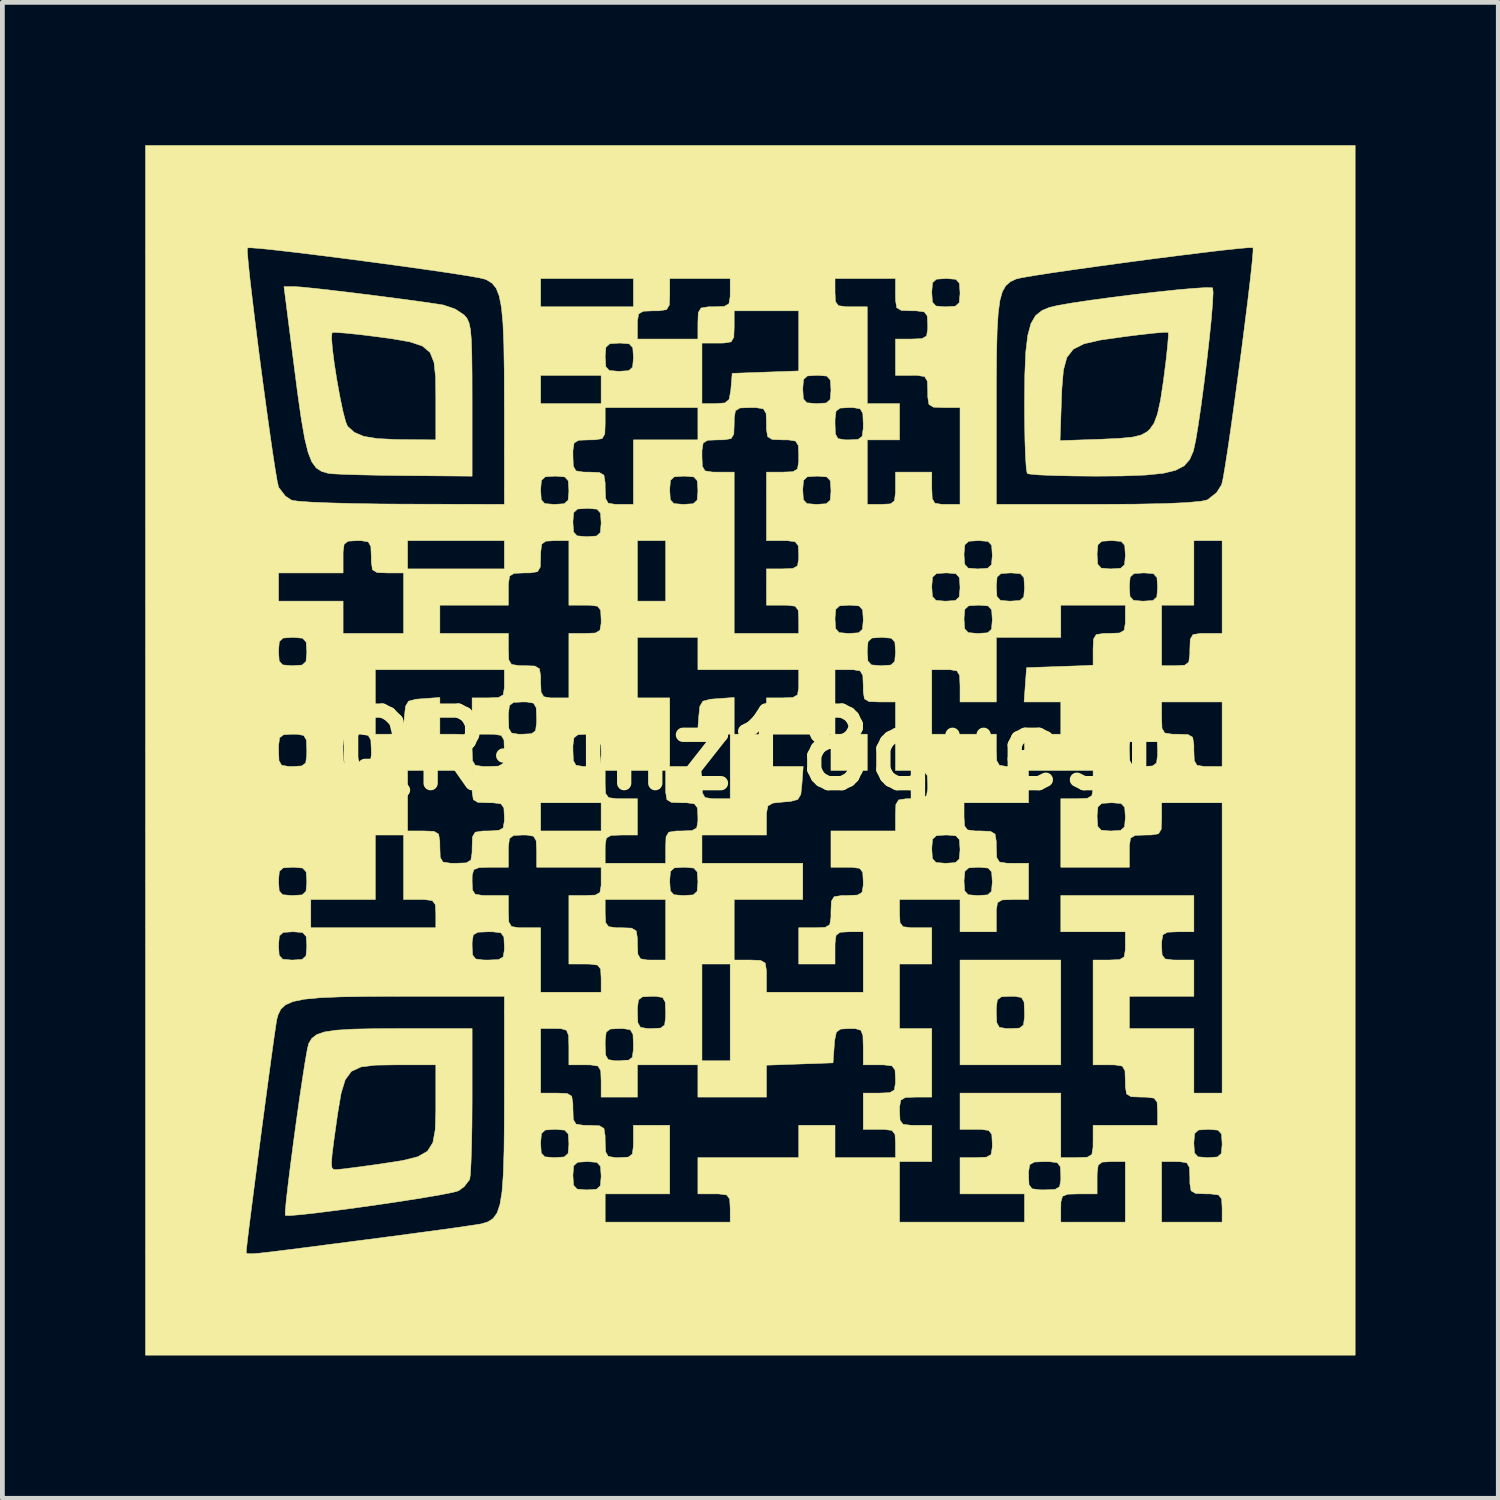
<source format=kicad_pcb>
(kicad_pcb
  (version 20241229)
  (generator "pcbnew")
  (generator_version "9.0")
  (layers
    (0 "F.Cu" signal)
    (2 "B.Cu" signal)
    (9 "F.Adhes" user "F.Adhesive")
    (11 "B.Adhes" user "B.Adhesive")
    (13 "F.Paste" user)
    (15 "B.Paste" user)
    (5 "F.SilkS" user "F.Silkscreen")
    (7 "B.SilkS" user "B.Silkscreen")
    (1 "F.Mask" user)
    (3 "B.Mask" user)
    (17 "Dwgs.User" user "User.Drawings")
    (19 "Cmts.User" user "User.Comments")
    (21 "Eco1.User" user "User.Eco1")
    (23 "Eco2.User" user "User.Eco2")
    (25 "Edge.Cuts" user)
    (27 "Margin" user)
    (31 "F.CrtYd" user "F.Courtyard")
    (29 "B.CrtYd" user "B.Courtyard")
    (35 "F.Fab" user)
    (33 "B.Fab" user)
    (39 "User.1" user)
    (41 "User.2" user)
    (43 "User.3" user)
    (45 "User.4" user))
  (footprint "QR-mz18quest"
    (layer "F.Cu")
    (at 12.705 12.705)
    (property "Reference" "QR-mz18quest" (at 0 0 0) (layer "F.SilkS") (effects (font (size 1.524 1.524) (thickness 0.3))))
    (attr through_hole)
    (fp_poly (pts (xy 6.519 6.604) (xy 4.403 6.604) (xy 4.403 5.503) (xy 5.165 5.503) (xy 5.174 5.72) (xy 5.229 5.817) (xy 5.374 5.841) (xy 5.461 5.842) (xy 5.651 5.832) (xy 5.735 5.768) (xy 5.757 5.603) (xy 5.757 5.503) (xy 5.748 5.286) (xy 5.693 5.19) (xy 5.548 5.165) (xy 5.461 5.165) (xy 5.271 5.175) (xy 5.187 5.238) (xy 5.165 5.403) (xy 5.165 5.503) (xy 4.403 5.503) (xy 4.403 4.403) (xy 6.519 4.403) (xy 6.519 6.604)) (stroke (width 0.01) (type solid)) (fill yes) (layer "F.SilkS"))
    (fp_poly (pts (xy -9.409 -9.726) (xy -9.122 -9.697) (xy -8.739 -9.653) (xy -8.294 -9.6) (xy -7.823 -9.541) (xy -7.361 -9.481) (xy -6.944 -9.425) (xy -6.608 -9.376) (xy -6.451 -9.352) (xy -6.201 -9.268) (xy -6.007 -9.139) (xy -5.949 -9.07) (xy -5.907 -8.977) (xy -5.877 -8.836) (xy -5.858 -8.621) (xy -5.848 -8.309) (xy -5.843 -7.875) (xy -5.842 -7.366) (xy -5.842 -5.757) (xy -7.26 -5.769) (xy -7.746 -5.775) (xy -8.182 -5.784) (xy -8.537 -5.795) (xy -8.778 -5.807) (xy -8.86 -5.816) (xy -9.001 -5.856) (xy -9.114 -5.929) (xy -9.207 -6.055) (xy -9.285 -6.253) (xy -9.357 -6.546) (xy -9.428 -6.952) (xy -9.505 -7.492) (xy -9.565 -7.958) (xy -9.656 -8.667) (xy -8.794 -8.667) (xy -8.776 -8.44) (xy -8.737 -8.13) (xy -8.682 -7.779) (xy -8.619 -7.429) (xy -8.555 -7.121) (xy -8.496 -6.897) (xy -8.457 -6.804) (xy -8.315 -6.676) (xy -8.119 -6.593) (xy -7.835 -6.546) (xy -7.426 -6.526) (xy -7.303 -6.525) (xy -6.604 -6.519) (xy -6.604 -7.395) (xy -6.609 -7.832) (xy -6.641 -8.143) (xy -6.724 -8.353) (xy -6.885 -8.489) (xy -7.149 -8.577) (xy -7.54 -8.645) (xy -7.839 -8.685) (xy -8.212 -8.731) (xy -8.517 -8.762) (xy -8.719 -8.775) (xy -8.783 -8.771) (xy -8.794 -8.667) (xy -9.656 -8.667) (xy -9.792 -9.737) (xy -9.563 -9.737) (xy -9.409 -9.726)) (stroke (width 0.01) (type solid)) (fill yes) (layer "F.SilkS"))
    (fp_poly (pts (xy -5.842 7.359) (xy -5.845 7.857) (xy -5.853 8.301) (xy -5.865 8.663) (xy -5.879 8.912) (xy -5.894 9.012) (xy -6.007 9.16) (xy -6.127 9.248) (xy -6.249 9.282) (xy -6.503 9.332) (xy -6.859 9.393) (xy -7.286 9.461) (xy -7.755 9.531) (xy -8.236 9.599) (xy -8.698 9.661) (xy -9.112 9.713) (xy -9.448 9.75) (xy -9.676 9.769) (xy -9.765 9.765) (xy -9.765 9.674) (xy -9.744 9.446) (xy -9.705 9.11) (xy -9.654 8.697) (xy -9.65 8.668) (xy -8.795 8.668) (xy -8.786 8.762) (xy -8.754 8.798) (xy -8.7 8.804) (xy -8.7 8.804) (xy -8.574 8.792) (xy -8.323 8.761) (xy -7.989 8.716) (xy -7.762 8.684) (xy -7.301 8.613) (xy -6.982 8.533) (xy -6.779 8.417) (xy -6.666 8.237) (xy -6.616 7.964) (xy -6.604 7.57) (xy -6.604 7.438) (xy -6.604 6.604) (xy -7.438 6.604) (xy -7.869 6.61) (xy -8.173 6.647) (xy -8.376 6.74) (xy -8.506 6.916) (xy -8.593 7.201) (xy -8.664 7.62) (xy -8.684 7.762) (xy -8.745 8.195) (xy -8.782 8.488) (xy -8.795 8.668) (xy -9.65 8.668) (xy -9.594 8.237) (xy -9.529 7.759) (xy -9.463 7.293) (xy -9.4 6.87) (xy -9.345 6.519) (xy -9.301 6.271) (xy -9.274 6.157) (xy -9.209 6.05) (xy -9.107 5.97) (xy -8.942 5.913) (xy -8.695 5.876) (xy -8.34 5.854) (xy -7.857 5.844) (xy -7.372 5.842) (xy -5.842 5.842) (xy -5.842 7.359)) (stroke (width 0.01) (type solid)) (fill yes) (layer "F.SilkS"))
    (fp_poly (pts (xy 9.702 -9.712) (xy 9.708 -9.708) (xy 9.717 -9.609) (xy 9.705 -9.374) (xy 9.677 -9.033) (xy 9.634 -8.617) (xy 9.582 -8.158) (xy 9.524 -7.687) (xy 9.464 -7.235) (xy 9.405 -6.833) (xy 9.352 -6.511) (xy 9.307 -6.302) (xy 9.3 -6.278) (xy 9.225 -6.106) (xy 9.11 -5.975) (xy 8.932 -5.881) (xy 8.669 -5.817) (xy 8.301 -5.78) (xy 7.804 -5.761) (xy 7.256 -5.757) (xy 6.788 -5.761) (xy 6.38 -5.77) (xy 6.063 -5.783) (xy 5.865 -5.801) (xy 5.814 -5.814) (xy 5.795 -5.913) (xy 5.779 -6.153) (xy 5.766 -6.502) (xy 5.766 -6.503) (xy 6.503 -6.503) (xy 7.356 -6.532) (xy 7.759 -6.551) (xy 8.032 -6.578) (xy 8.209 -6.622) (xy 8.331 -6.69) (xy 8.386 -6.74) (xy 8.476 -6.866) (xy 8.549 -7.061) (xy 8.614 -7.359) (xy 8.679 -7.791) (xy 8.684 -7.834) (xy 8.731 -8.206) (xy 8.763 -8.511) (xy 8.779 -8.713) (xy 8.777 -8.777) (xy 8.687 -8.778) (xy 8.465 -8.759) (xy 8.146 -8.723) (xy 7.834 -8.684) (xy 7.349 -8.615) (xy 7.006 -8.536) (xy 6.78 -8.422) (xy 6.645 -8.247) (xy 6.574 -7.983) (xy 6.542 -7.605) (xy 6.532 -7.356) (xy 6.503 -6.503) (xy 5.766 -6.503) (xy 5.759 -6.933) (xy 5.757 -7.256) (xy 5.763 -7.881) (xy 5.783 -8.359) (xy 5.825 -8.711) (xy 5.892 -8.961) (xy 5.99 -9.129) (xy 6.127 -9.237) (xy 6.278 -9.3) (xy 6.464 -9.343) (xy 6.767 -9.395) (xy 7.157 -9.453) (xy 7.602 -9.513) (xy 8.072 -9.572) (xy 8.536 -9.625) (xy 8.961 -9.67) (xy 9.318 -9.701) (xy 9.575 -9.717) (xy 9.702 -9.712)) (stroke (width 0.01) (type solid)) (fill yes) (layer "F.SilkS"))
    (fp_poly (pts (xy 12.7 12.7) (xy -12.7 12.7) (xy -12.7 10.541) (xy -10.585 10.541) (xy -10.579 10.56) (xy -10.546 10.57) (xy -10.468 10.57) (xy -10.328 10.56) (xy -10.108 10.536) (xy -9.79 10.497) (xy -9.355 10.442) (xy -8.786 10.368) (xy -8.167 10.288) (xy -7.553 10.208) (xy -6.983 10.132) (xy -6.483 10.065) (xy -6.078 10.008) (xy -5.792 9.966) (xy -5.65 9.943) (xy -5.512 9.901) (xy -5.402 9.831) (xy -5.318 9.715) (xy -5.257 9.533) (xy -5.214 9.268) (xy -5.189 8.932) (xy -3.725 8.932) (xy -3.712 9.131) (xy -3.638 9.212) (xy -3.452 9.229) (xy -3.429 9.229) (xy -3.23 9.216) (xy -3.149 9.142) (xy -3.133 8.955) (xy -3.133 8.932) (xy -3.146 8.734) (xy -3.22 8.652) (xy -3.406 8.636) (xy -3.429 8.636) (xy -3.628 8.649) (xy -3.709 8.723) (xy -3.725 8.91) (xy -3.725 8.932) (xy -5.189 8.932) (xy -5.187 8.901) (xy -5.172 8.413) (xy -5.17 8.255) (xy -4.403 8.255) (xy -4.39 8.454) (xy -4.316 8.535) (xy -4.129 8.551) (xy -4.106 8.551) (xy -3.908 8.538) (xy -3.826 8.464) (xy -3.81 8.278) (xy -3.81 8.255) (xy -3.823 8.056) (xy -3.897 7.975) (xy -4.084 7.959) (xy -4.106 7.959) (xy -4.305 7.972) (xy -4.386 8.046) (xy -4.403 8.232) (xy -4.403 8.255) (xy -5.17 8.255) (xy -5.166 7.787) (xy -5.165 7.286) (xy -5.165 5.842) (xy -4.403 5.842) (xy -4.403 7.197) (xy -4.064 7.197) (xy -3.847 7.205) (xy -3.751 7.262) (xy -3.726 7.417) (xy -3.725 7.535) (xy -3.717 7.752) (xy -3.66 7.848) (xy -3.505 7.873) (xy -3.387 7.874) (xy -3.17 7.882) (xy -3.074 7.939) (xy -3.049 8.094) (xy -3.048 8.213) (xy -3.039 8.43) (xy -2.984 8.526) (xy -2.839 8.551) (xy -2.752 8.551) (xy -2.562 8.541) (xy -2.478 8.478) (xy -2.456 8.313) (xy -2.455 8.213) (xy -2.455 7.874) (xy -1.693 7.874) (xy -1.693 9.313) (xy -3.048 9.313) (xy -3.048 9.906) (xy -0.423 9.906) (xy -0.423 9.61) (xy -0.434 9.42) (xy -0.497 9.336) (xy -0.662 9.314) (xy -0.762 9.313) (xy -1.101 9.313) (xy -1.101 8.551) (xy 1.016 8.551) (xy 1.016 7.874) (xy 1.778 7.874) (xy 1.778 8.551) (xy 3.048 8.551) (xy 3.048 8.255) (xy 3.038 8.065) (xy 2.974 7.981) (xy 2.809 7.959) (xy 2.709 7.959) (xy 2.371 7.959) (xy 2.371 7.197) (xy 2.709 7.197) (xy 2.926 7.188) (xy 3.023 7.132) (xy 3.047 6.988) (xy 3.048 6.9) (xy 3.038 6.711) (xy 2.974 6.626) (xy 2.809 6.605) (xy 2.709 6.604) (xy 2.371 6.604) (xy 2.371 6.223) (xy 2.364 5.989) (xy 2.321 5.878) (xy 2.207 5.844) (xy 2.079 5.842) (xy 1.896 5.853) (xy 1.807 5.916) (xy 1.772 6.08) (xy 1.762 6.202) (xy 1.736 6.562) (xy 0.339 6.611) (xy 0.339 7.281) (xy -1.101 7.281) (xy -1.101 6.604) (xy -2.371 6.604) (xy -2.371 7.281) (xy -3.133 7.281) (xy -3.133 6.943) (xy -3.141 6.726) (xy -3.198 6.63) (xy -3.353 6.605) (xy -3.471 6.604) (xy -3.81 6.604) (xy -3.81 6.223) (xy -3.811 6.181) (xy -3.048 6.181) (xy -3.039 6.398) (xy -2.984 6.494) (xy -2.839 6.519) (xy -2.752 6.519) (xy -2.562 6.509) (xy -2.478 6.446) (xy -2.456 6.281) (xy -2.455 6.181) (xy -2.464 5.964) (xy -2.52 5.867) (xy -2.664 5.843) (xy -2.752 5.842) (xy -2.941 5.852) (xy -3.026 5.916) (xy -3.047 6.081) (xy -3.048 6.181) (xy -3.811 6.181) (xy -3.816 5.989) (xy -3.859 5.878) (xy -3.974 5.844) (xy -4.106 5.842) (xy -4.403 5.842) (xy -5.165 5.842) (xy -5.165 5.503) (xy -2.371 5.503) (xy -2.362 5.72) (xy -2.306 5.817) (xy -2.162 5.841) (xy -2.074 5.842) (xy -1.885 5.832) (xy -1.8 5.768) (xy -1.779 5.603) (xy -1.778 5.503) (xy -1.787 5.286) (xy -1.842 5.19) (xy -1.987 5.165) (xy -2.074 5.165) (xy -2.264 5.175) (xy -2.348 5.238) (xy -2.37 5.403) (xy -2.371 5.503) (xy -5.165 5.503) (xy -5.165 5.165) (xy -7.286 5.165) (xy -8.014 5.167) (xy -8.592 5.176) (xy -9.037 5.194) (xy -9.368 5.226) (xy -9.603 5.275) (xy -9.76 5.344) (xy -9.859 5.436) (xy -9.917 5.555) (xy -9.943 5.65) (xy -9.964 5.781) (xy -10.003 6.05) (xy -10.056 6.431) (xy -10.119 6.897) (xy -10.189 7.42) (xy -10.263 7.976) (xy -10.336 8.536) (xy -10.406 9.075) (xy -10.469 9.565) (xy -10.522 9.981) (xy -10.56 10.295) (xy -10.581 10.481) (xy -10.583 10.517) (xy -10.585 10.541) (xy -12.7 10.541) (xy -12.7 4.106) (xy -9.906 4.106) (xy -9.893 4.305) (xy -9.819 4.386) (xy -9.632 4.403) (xy -9.61 4.403) (xy -9.411 4.39) (xy -9.33 4.316) (xy -9.313 4.129) (xy -9.313 4.106) (xy -5.842 4.106) (xy -5.832 4.296) (xy -5.768 4.38) (xy -5.603 4.402) (xy -5.503 4.403) (xy -5.286 4.394) (xy -5.19 4.338) (xy -5.165 4.194) (xy -5.165 4.106) (xy -5.175 3.917) (xy -5.238 3.832) (xy -5.403 3.811) (xy -5.503 3.81) (xy -5.72 3.819) (xy -5.817 3.874) (xy -5.841 4.019) (xy -5.842 4.106) (xy -9.313 4.106) (xy -9.326 3.908) (xy -9.4 3.826) (xy -9.587 3.81) (xy -9.61 3.81) (xy -9.808 3.823) (xy -9.89 3.897) (xy -9.906 4.084) (xy -9.906 4.106) (xy -12.7 4.106) (xy -12.7 3.133) (xy -9.229 3.133) (xy -9.229 3.725) (xy -6.604 3.725) (xy -6.604 3.429) (xy -6.614 3.239) (xy -6.678 3.155) (xy -6.843 3.133) (xy -6.943 3.133) (xy -7.281 3.133) (xy -7.281 2.752) (xy -5.842 2.752) (xy -5.834 2.934) (xy -5.779 3.02) (xy -5.631 3.046) (xy -5.461 3.048) (xy -5.08 3.048) (xy -5.08 3.387) (xy -5.072 3.603) (xy -5.015 3.7) (xy -4.86 3.725) (xy -4.741 3.725) (xy -4.403 3.725) (xy -4.403 5.08) (xy -3.133 5.08) (xy -3.133 4.784) (xy -3.143 4.594) (xy -3.206 4.51) (xy -3.371 4.488) (xy -3.471 4.487) (xy -1.016 4.487) (xy -1.016 6.519) (xy -0.423 6.519) (xy -0.423 4.487) (xy -1.016 4.487) (xy -3.471 4.487) (xy -3.81 4.487) (xy -3.81 3.133) (xy -3.048 3.133) (xy -3.048 3.429) (xy -3.038 3.619) (xy -2.974 3.703) (xy -2.809 3.725) (xy -2.709 3.725) (xy -2.493 3.733) (xy -2.396 3.791) (xy -2.371 3.945) (xy -2.371 4.064) (xy -2.362 4.281) (xy -2.306 4.377) (xy -2.162 4.402) (xy -2.074 4.403) (xy -1.778 4.403) (xy -1.778 3.133) (xy -3.048 3.133) (xy -3.81 3.133) (xy -3.81 3.048) (xy -3.471 3.048) (xy -3.254 3.039) (xy -3.158 2.984) (xy -3.133 2.839) (xy -3.133 2.752) (xy -1.693 2.752) (xy -1.68 2.95) (xy -1.606 3.032) (xy -1.42 3.048) (xy -1.397 3.048) (xy -1.198 3.035) (xy -1.117 2.961) (xy -1.101 2.774) (xy -1.101 2.752) (xy -1.114 2.553) (xy -1.188 2.472) (xy -1.374 2.455) (xy -1.397 2.455) (xy -1.596 2.468) (xy -1.677 2.542) (xy -1.693 2.729) (xy -1.693 2.752) (xy -3.133 2.752) (xy -3.133 2.455) (xy -4.487 2.455) (xy -4.487 2.117) (xy -4.496 1.9) (xy -4.552 1.803) (xy -4.696 1.779) (xy -4.784 1.778) (xy -4.973 1.788) (xy -5.058 1.852) (xy -5.079 2.017) (xy -5.08 2.117) (xy -5.08 2.455) (xy -5.461 2.455) (xy -5.695 2.462) (xy -5.806 2.505) (xy -5.84 2.62) (xy -5.842 2.752) (xy -7.281 2.752) (xy -7.281 1.778) (xy -7.874 1.778) (xy -7.874 3.133) (xy -9.229 3.133) (xy -12.7 3.133) (xy -12.7 2.752) (xy -9.906 2.752) (xy -9.893 2.95) (xy -9.819 3.032) (xy -9.632 3.048) (xy -9.61 3.048) (xy -9.411 3.035) (xy -9.33 2.961) (xy -9.313 2.774) (xy -9.313 2.752) (xy -9.326 2.553) (xy -9.4 2.472) (xy -9.587 2.455) (xy -9.61 2.455) (xy -9.808 2.468) (xy -9.89 2.542) (xy -9.906 2.729) (xy -9.906 2.752) (xy -12.7 2.752) (xy -12.7 0.423) (xy -7.197 0.423) (xy -7.197 1.693) (xy -6.858 1.693) (xy -6.641 1.701) (xy -6.545 1.759) (xy -6.52 1.913) (xy -6.519 2.032) (xy -6.511 2.249) (xy -6.454 2.345) (xy -6.299 2.37) (xy -6.181 2.371) (xy -5.964 2.363) (xy -5.868 2.305) (xy -5.843 2.151) (xy -5.842 2.032) (xy -5.834 1.815) (xy -5.777 1.719) (xy -5.622 1.694) (xy -5.503 1.693) (xy -5.286 1.684) (xy -5.19 1.629) (xy -5.165 1.484) (xy -5.165 1.397) (xy -5.175 1.207) (xy -5.238 1.123) (xy -5.403 1.101) (xy -5.503 1.101) (xy -4.403 1.101) (xy -4.403 1.693) (xy -3.133 1.693) (xy -3.133 1.101) (xy -4.403 1.101) (xy -5.503 1.101) (xy -5.72 1.093) (xy -5.816 1.035) (xy -5.841 0.881) (xy -5.842 0.762) (xy -5.842 0.423) (xy -3.048 0.423) (xy -3.048 0.72) (xy -3.038 0.909) (xy -2.974 0.994) (xy -2.809 1.015) (xy -2.709 1.016) (xy -2.371 1.016) (xy -2.371 1.778) (xy -2.709 1.778) (xy -2.926 1.787) (xy -3.023 1.842) (xy -3.047 1.987) (xy -3.048 2.074) (xy -3.048 2.371) (xy -1.778 2.371) (xy -1.778 2.032) (xy -1.77 1.815) (xy -1.713 1.719) (xy -1.558 1.694) (xy -1.439 1.693) (xy -1.222 1.684) (xy -1.126 1.629) (xy -1.101 1.484) (xy -1.101 1.397) (xy -1.111 1.207) (xy -1.174 1.123) (xy -1.339 1.101) (xy -1.439 1.101) (xy -1.656 1.093) (xy -1.752 1.035) (xy -1.777 0.881) (xy -1.778 0.762) (xy -1.778 0.423) (xy -3.048 0.423) (xy -5.842 0.423) (xy -7.197 0.423) (xy -12.7 0.423) (xy -12.7 0) (xy -9.906 0) (xy -9.897 0.217) (xy -9.842 0.313) (xy -9.697 0.338) (xy -9.61 0.339) (xy -9.42 0.328) (xy -9.336 0.265) (xy -9.314 0.1) (xy -9.313 0) (xy -8.551 0) (xy -8.542 0.217) (xy -8.487 0.313) (xy -8.342 0.338) (xy -8.255 0.339) (xy -8.065 0.328) (xy -7.981 0.265) (xy -7.959 0.1) (xy -7.959 0) (xy -7.968 -0.217) (xy -8.023 -0.313) (xy -8.168 -0.338) (xy -8.255 -0.339) (xy -8.445 -0.328) (xy -8.529 -0.265) (xy -8.551 -0.1) (xy -8.551 0) (xy -9.313 0) (xy -9.322 -0.217) (xy -9.378 -0.313) (xy -9.522 -0.338) (xy -9.61 -0.339) (xy -9.799 -0.328) (xy -9.884 -0.265) (xy -9.905 -0.1) (xy -9.906 0) (xy -12.7 0) (xy -12.7 -1.693) (xy -7.874 -1.693) (xy -7.874 -0.339) (xy -7.583 -0.339) (xy -7.399 -0.349) (xy -7.31 -0.413) (xy -7.275 -0.577) (xy -7.265 -0.699) (xy -7.24 -0.925) (xy -7.177 -1.032) (xy -7.023 -1.073) (xy -6.879 -1.084) (xy -6.519 -1.11) (xy -6.519 -0.339) (xy -6.181 -0.339) (xy -5.964 -0.331) (xy -5.868 -0.273) (xy -5.843 -0.119) (xy -5.842 0) (xy -5.834 0.217) (xy -5.777 0.313) (xy -5.622 0.338) (xy -5.503 0.339) (xy -5.287 0.331) (xy -5.19 0.273) (xy -5.165 0.119) (xy -5.165 0) (xy -3.725 0) (xy -3.716 0.217) (xy -3.661 0.313) (xy -3.516 0.338) (xy -3.429 0.339) (xy -3.239 0.328) (xy -3.155 0.265) (xy -3.133 0.1) (xy -3.133 0) (xy -3.142 -0.217) (xy -3.197 -0.313) (xy -3.342 -0.338) (xy -3.429 -0.339) (xy -3.619 -0.328) (xy -3.703 -0.265) (xy -3.725 -0.1) (xy -3.725 0) (xy -5.165 0) (xy -5.173 -0.217) (xy -5.23 -0.313) (xy -5.385 -0.338) (xy -5.503 -0.339) (xy -5.842 -0.339) (xy -5.842 -0.677) (xy -5.08 -0.677) (xy -5.071 -0.46) (xy -5.016 -0.364) (xy -4.871 -0.339) (xy -4.784 -0.339) (xy -4.594 -0.349) (xy -4.51 -0.412) (xy -4.488 -0.577) (xy -4.487 -0.677) (xy -4.496 -0.894) (xy -4.552 -0.991) (xy -4.696 -1.015) (xy -4.784 -1.016) (xy -4.973 -1.006) (xy -5.058 -0.942) (xy -5.079 -0.777) (xy -5.08 -0.677) (xy -5.842 -0.677) (xy -5.842 -1.101) (xy -5.503 -1.101) (xy -5.286 -1.11) (xy -5.19 -1.165) (xy -5.165 -1.31) (xy -5.165 -1.397) (xy -5.165 -1.693) (xy -7.874 -1.693) (xy -12.7 -1.693) (xy -12.7 -2.074) (xy -9.906 -2.074) (xy -9.893 -1.876) (xy -9.819 -1.794) (xy -9.632 -1.778) (xy -9.61 -1.778) (xy -9.411 -1.791) (xy -9.33 -1.865) (xy -9.313 -2.052) (xy -9.313 -2.074) (xy -9.326 -2.273) (xy -9.4 -2.354) (xy -9.587 -2.371) (xy -9.61 -2.371) (xy -9.808 -2.358) (xy -9.89 -2.284) (xy -9.906 -2.097) (xy -9.906 -2.074) (xy -12.7 -2.074) (xy -12.7 -3.725) (xy -9.906 -3.725) (xy -9.906 -3.133) (xy -8.551 -3.133) (xy -8.551 -2.455) (xy -7.281 -2.455) (xy -7.281 -3.048) (xy -6.519 -3.048) (xy -6.519 -2.455) (xy -5.08 -2.455) (xy -5.08 -2.117) (xy -5.072 -1.9) (xy -5.015 -1.804) (xy -4.86 -1.779) (xy -4.741 -1.778) (xy -4.525 -1.77) (xy -4.428 -1.713) (xy -4.403 -1.558) (xy -4.403 -1.439) (xy -4.394 -1.222) (xy -4.338 -1.126) (xy -4.194 -1.101) (xy -4.106 -1.101) (xy -3.81 -1.101) (xy -3.81 -2.371) (xy -2.371 -2.371) (xy -2.371 -1.101) (xy -1.693 -1.101) (xy -1.693 0.339) (xy -1.355 0.339) (xy -1.138 0.347) (xy -1.042 0.404) (xy -1.017 0.559) (xy -1.016 0.677) (xy -1.007 0.894) (xy -0.952 0.991) (xy -0.807 1.015) (xy -0.72 1.016) (xy -0.423 1.016) (xy -0.423 -0.339) (xy -1.11 -0.339) (xy -1.084 -0.699) (xy -1.06 -0.925) (xy -0.996 -1.032) (xy -0.842 -1.073) (xy -0.699 -1.084) (xy -0.339 -1.11) (xy -0.339 -0.339) (xy 0 -0.339) (xy 0.217 -0.331) (xy 0.313 -0.273) (xy 0.338 -0.119) (xy 0.339 0) (xy 0.339 0.339) (xy 1.11 0.339) (xy 1.084 0.699) (xy 1.06 0.925) (xy 0.996 1.032) (xy 0.842 1.073) (xy 0.699 1.084) (xy 0.473 1.108) (xy 0.369 1.168) (xy 0.34 1.311) (xy 0.339 1.444) (xy 0.339 1.778) (xy -1.016 1.778) (xy -1.016 2.371) (xy 1.101 2.371) (xy 1.101 3.133) (xy -0.339 3.133) (xy -0.339 4.403) (xy 0 4.403) (xy 0.217 4.411) (xy 0.313 4.468) (xy 0.338 4.623) (xy 0.339 4.741) (xy 0.339 5.08) (xy 2.371 5.08) (xy 2.371 3.81) (xy 2.074 3.81) (xy 1.885 3.82) (xy 1.8 3.884) (xy 1.779 4.049) (xy 1.778 4.149) (xy 1.778 4.487) (xy 1.016 4.487) (xy 1.016 3.725) (xy 1.355 3.725) (xy 1.571 3.717) (xy 1.668 3.66) (xy 1.693 3.505) (xy 1.693 3.387) (xy 1.701 3.17) (xy 1.724 3.133) (xy 3.133 3.133) (xy 3.133 3.429) (xy 3.143 3.619) (xy 3.206 3.703) (xy 3.371 3.725) (xy 3.471 3.725) (xy 3.81 3.725) (xy 3.81 4.487) (xy 3.133 4.487) (xy 3.133 5.842) (xy 3.81 5.842) (xy 3.81 7.281) (xy 3.471 7.281) (xy 3.254 7.29) (xy 3.158 7.346) (xy 3.133 7.49) (xy 3.133 7.578) (xy 3.143 7.767) (xy 3.206 7.852) (xy 3.371 7.873) (xy 3.471 7.874) (xy 3.81 7.874) (xy 3.81 8.636) (xy 3.133 8.636) (xy 3.133 9.906) (xy 5.757 9.906) (xy 5.757 9.61) (xy 6.519 9.61) (xy 6.519 9.906) (xy 7.874 9.906) (xy 7.874 8.636) (xy 8.636 8.636) (xy 8.636 9.906) (xy 9.906 9.906) (xy 9.906 9.61) (xy 9.896 9.42) (xy 9.832 9.336) (xy 9.667 9.314) (xy 9.567 9.313) (xy 9.351 9.305) (xy 9.254 9.248) (xy 9.229 9.093) (xy 9.229 8.975) (xy 9.22 8.758) (xy 9.164 8.661) (xy 9.02 8.637) (xy 8.932 8.636) (xy 8.636 8.636) (xy 7.874 8.636) (xy 7.578 8.636) (xy 7.388 8.646) (xy 7.304 8.71) (xy 7.282 8.875) (xy 7.281 8.975) (xy 7.281 9.313) (xy 6.9 9.313) (xy 6.666 9.32) (xy 6.555 9.363) (xy 6.522 9.478) (xy 6.519 9.61) (xy 5.757 9.61) (xy 5.757 9.313) (xy 4.403 9.313) (xy 4.403 8.932) (xy 5.842 8.932) (xy 5.852 9.122) (xy 5.916 9.206) (xy 6.081 9.228) (xy 6.181 9.229) (xy 6.398 9.22) (xy 6.494 9.164) (xy 6.519 9.02) (xy 6.519 8.932) (xy 6.509 8.743) (xy 6.446 8.658) (xy 6.281 8.637) (xy 6.181 8.636) (xy 5.964 8.645) (xy 5.867 8.7) (xy 5.843 8.845) (xy 5.842 8.932) (xy 4.403 8.932) (xy 4.403 8.551) (xy 4.741 8.551) (xy 4.958 8.542) (xy 5.055 8.487) (xy 5.079 8.342) (xy 5.08 8.255) (xy 5.07 8.065) (xy 5.006 7.981) (xy 4.841 7.959) (xy 4.741 7.959) (xy 4.403 7.959) (xy 4.403 7.197) (xy 6.519 7.197) (xy 6.519 8.551) (xy 6.858 8.551) (xy 7.075 8.543) (xy 7.171 8.486) (xy 7.196 8.331) (xy 7.196 8.255) (xy 9.313 8.255) (xy 9.326 8.454) (xy 9.4 8.535) (xy 9.587 8.551) (xy 9.61 8.551) (xy 9.808 8.538) (xy 9.89 8.464) (xy 9.906 8.278) (xy 9.906 8.255) (xy 9.893 8.056) (xy 9.819 7.975) (xy 9.632 7.959) (xy 9.61 7.959) (xy 9.411 7.972) (xy 9.33 8.046) (xy 9.313 8.232) (xy 9.313 8.255) (xy 7.196 8.255) (xy 7.197 8.213) (xy 7.197 7.874) (xy 8.551 7.874) (xy 8.551 7.578) (xy 8.541 7.388) (xy 8.478 7.304) (xy 8.313 7.282) (xy 8.213 7.281) (xy 7.996 7.273) (xy 7.9 7.216) (xy 7.875 7.061) (xy 7.874 6.943) (xy 7.866 6.726) (xy 7.809 6.63) (xy 7.654 6.605) (xy 7.535 6.604) (xy 7.197 6.604) (xy 7.197 4.403) (xy 7.535 4.403) (xy 7.752 4.394) (xy 7.849 4.338) (xy 7.873 4.194) (xy 7.874 4.106) (xy 7.874 3.81) (xy 6.519 3.81) (xy 6.519 3.048) (xy 9.313 3.048) (xy 9.313 3.81) (xy 8.975 3.81) (xy 8.758 3.819) (xy 8.661 3.874) (xy 8.637 4.019) (xy 8.636 4.106) (xy 8.646 4.296) (xy 8.71 4.38) (xy 8.875 4.402) (xy 8.975 4.403) (xy 9.313 4.403) (xy 9.313 5.165) (xy 7.959 5.165) (xy 7.959 5.842) (xy 9.313 5.842) (xy 9.313 7.197) (xy 9.906 7.197) (xy 9.906 1.101) (xy 8.636 1.101) (xy 8.636 1.439) (xy 8.628 1.656) (xy 8.571 1.752) (xy 8.416 1.777) (xy 8.297 1.778) (xy 8.081 1.786) (xy 7.984 1.843) (xy 7.959 1.998) (xy 7.959 2.117) (xy 7.959 2.455) (xy 6.519 2.455) (xy 6.519 1.397) (xy 7.281 1.397) (xy 7.294 1.596) (xy 7.368 1.677) (xy 7.555 1.693) (xy 7.578 1.693) (xy 7.776 1.68) (xy 7.858 1.606) (xy 7.874 1.42) (xy 7.874 1.397) (xy 7.861 1.198) (xy 7.787 1.117) (xy 7.6 1.101) (xy 7.578 1.101) (xy 7.379 1.114) (xy 7.298 1.188) (xy 7.281 1.374) (xy 7.281 1.397) (xy 6.519 1.397) (xy 6.519 1.016) (xy 6.858 1.016) (xy 7.075 1.007) (xy 7.171 0.952) (xy 7.196 0.807) (xy 7.197 0.72) (xy 7.197 0.423) (xy 5.842 0.423) (xy 5.842 1.101) (xy 4.487 1.101) (xy 4.487 1.397) (xy 4.498 1.587) (xy 4.561 1.671) (xy 4.726 1.693) (xy 4.826 1.693) (xy 5.043 1.701) (xy 5.139 1.759) (xy 5.164 1.913) (xy 5.165 2.032) (xy 5.173 2.249) (xy 5.23 2.345) (xy 5.385 2.37) (xy 5.503 2.371) (xy 5.842 2.371) (xy 5.842 3.133) (xy 5.503 3.133) (xy 5.287 3.141) (xy 5.19 3.198) (xy 5.165 3.353) (xy 5.165 3.471) (xy 5.165 3.81) (xy 4.403 3.81) (xy 4.403 3.133) (xy 3.133 3.133) (xy 1.724 3.133) (xy 1.759 3.074) (xy 1.913 3.049) (xy 2.032 3.048) (xy 2.249 3.039) (xy 2.345 2.984) (xy 2.37 2.839) (xy 2.371 2.752) (xy 4.487 2.752) (xy 4.5 2.95) (xy 4.574 3.032) (xy 4.761 3.048) (xy 4.784 3.048) (xy 4.982 3.035) (xy 5.064 2.961) (xy 5.08 2.774) (xy 5.08 2.752) (xy 5.067 2.553) (xy 4.993 2.472) (xy 4.806 2.455) (xy 4.784 2.455) (xy 4.585 2.468) (xy 4.504 2.542) (xy 4.487 2.729) (xy 4.487 2.752) (xy 2.371 2.752) (xy 2.36 2.562) (xy 2.297 2.478) (xy 2.132 2.456) (xy 2.032 2.455) (xy 1.693 2.455) (xy 1.693 2.074) (xy 3.81 2.074) (xy 3.823 2.273) (xy 3.897 2.354) (xy 4.084 2.371) (xy 4.106 2.371) (xy 4.305 2.358) (xy 4.386 2.284) (xy 4.403 2.097) (xy 4.403 2.074) (xy 4.39 1.876) (xy 4.316 1.794) (xy 4.129 1.778) (xy 4.106 1.778) (xy 3.908 1.791) (xy 3.826 1.865) (xy 3.81 2.052) (xy 3.81 2.074) (xy 1.693 2.074) (xy 1.693 1.693) (xy 3.048 1.693) (xy 3.048 1.355) (xy 3.056 1.138) (xy 3.113 1.042) (xy 3.268 1.017) (xy 3.387 1.016) (xy 3.604 1.007) (xy 3.7 0.952) (xy 3.725 0.807) (xy 3.725 0.72) (xy 3.715 0.53) (xy 3.652 0.446) (xy 3.487 0.424) (xy 3.387 0.423) (xy 3.048 0.423) (xy 3.048 -1.016) (xy 2.709 -1.016) (xy 2.493 -1.024) (xy 2.396 -1.081) (xy 2.371 -1.236) (xy 2.371 -1.355) (xy 2.362 -1.572) (xy 2.306 -1.668) (xy 2.162 -1.693) (xy 2.074 -1.693) (xy 3.81 -1.693) (xy 3.81 -0.339) (xy 5.165 -0.339) (xy 5.165 0) (xy 5.174 0.217) (xy 5.229 0.313) (xy 5.374 0.338) (xy 5.461 0.339) (xy 5.651 0.328) (xy 5.735 0.265) (xy 5.757 0.1) (xy 5.757 0) (xy 7.959 0) (xy 7.968 0.217) (xy 8.023 0.313) (xy 8.168 0.338) (xy 8.255 0.339) (xy 8.445 0.328) (xy 8.529 0.265) (xy 8.551 0.1) (xy 8.551 0) (xy 8.542 -0.217) (xy 8.487 -0.313) (xy 8.342 -0.338) (xy 8.255 -0.339) (xy 8.065 -0.328) (xy 7.981 -0.265) (xy 7.959 -0.1) (xy 7.959 0) (xy 5.757 0) (xy 5.757 -0.339) (xy 6.519 -0.339) (xy 6.519 -1.016) (xy 8.636 -1.016) (xy 8.636 -0.677) (xy 8.644 -0.461) (xy 8.701 -0.364) (xy 8.856 -0.339) (xy 8.975 -0.339) (xy 9.191 -0.331) (xy 9.288 -0.273) (xy 9.313 -0.119) (xy 9.313 0) (xy 9.322 0.217) (xy 9.378 0.313) (xy 9.522 0.338) (xy 9.61 0.339) (xy 9.906 0.339) (xy 9.906 -1.016) (xy 8.636 -1.016) (xy 6.519 -1.016) (xy 5.748 -1.016) (xy 5.774 -1.376) (xy 5.8 -1.736) (xy 7.197 -1.785) (xy 7.197 -2.12) (xy 7.205 -2.335) (xy 7.262 -2.43) (xy 7.418 -2.455) (xy 7.535 -2.455) (xy 7.752 -2.464) (xy 7.849 -2.52) (xy 7.873 -2.664) (xy 7.874 -2.752) (xy 7.874 -3.048) (xy 8.636 -3.048) (xy 8.636 -1.778) (xy 8.932 -1.778) (xy 9.122 -1.788) (xy 9.206 -1.852) (xy 9.228 -2.017) (xy 9.229 -2.117) (xy 9.237 -2.333) (xy 9.294 -2.43) (xy 9.449 -2.455) (xy 9.567 -2.455) (xy 9.906 -2.455) (xy 9.906 -4.403) (xy 9.313 -4.403) (xy 9.313 -3.048) (xy 8.636 -3.048) (xy 7.874 -3.048) (xy 6.519 -3.048) (xy 6.519 -2.371) (xy 5.165 -2.371) (xy 5.165 -1.016) (xy 4.403 -1.016) (xy 4.403 -1.355) (xy 4.394 -1.572) (xy 4.338 -1.668) (xy 4.194 -1.693) (xy 4.106 -1.693) (xy 3.81 -1.693) (xy 2.074 -1.693) (xy 1.778 -1.693) (xy 1.778 -0.339) (xy 2.455 -0.339) (xy 2.455 0.423) (xy 1.693 0.423) (xy 1.693 -0.339) (xy 0.339 -0.339) (xy 0.339 -1.101) (xy 0.677 -1.101) (xy 0.894 -1.11) (xy 0.991 -1.165) (xy 1.015 -1.31) (xy 1.016 -1.397) (xy 1.016 -1.693) (xy -1.101 -1.693) (xy -1.101 -2.074) (xy 2.455 -2.074) (xy 2.468 -1.876) (xy 2.542 -1.794) (xy 2.729 -1.778) (xy 2.752 -1.778) (xy 2.95 -1.791) (xy 3.032 -1.865) (xy 3.048 -2.052) (xy 3.048 -2.074) (xy 3.035 -2.273) (xy 2.961 -2.354) (xy 2.774 -2.371) (xy 2.752 -2.371) (xy 2.553 -2.358) (xy 2.472 -2.284) (xy 2.455 -2.097) (xy 2.455 -2.074) (xy -1.101 -2.074) (xy -1.101 -2.371) (xy -2.371 -2.371) (xy -3.81 -2.371) (xy -3.81 -2.455) (xy -3.471 -2.455) (xy -3.254 -2.464) (xy -3.158 -2.52) (xy -3.133 -2.664) (xy -3.133 -2.752) (xy -3.143 -2.941) (xy -3.206 -3.026) (xy -3.371 -3.047) (xy -3.471 -3.048) (xy -3.81 -3.048) (xy -3.81 -4.403) (xy -2.371 -4.403) (xy -2.371 -3.133) (xy -1.778 -3.133) (xy -1.778 -4.403) (xy -2.371 -4.403) (xy -3.81 -4.403) (xy -4.106 -4.403) (xy -4.296 -4.392) (xy -4.38 -4.329) (xy -4.402 -4.164) (xy -4.403 -4.064) (xy -4.411 -3.847) (xy -4.468 -3.751) (xy -4.623 -3.726) (xy -4.741 -3.725) (xy -4.958 -3.717) (xy -5.054 -3.66) (xy -5.079 -3.505) (xy -5.08 -3.387) (xy -5.08 -3.048) (xy -6.519 -3.048) (xy -7.281 -3.048) (xy -7.281 -3.725) (xy -7.62 -3.725) (xy -7.837 -3.733) (xy -7.933 -3.791) (xy -7.958 -3.945) (xy -7.959 -4.064) (xy -7.968 -4.281) (xy -8.023 -4.377) (xy -8.168 -4.402) (xy -8.255 -4.403) (xy -7.197 -4.403) (xy -7.197 -3.81) (xy -5.165 -3.81) (xy -5.165 -4.403) (xy -7.197 -4.403) (xy -8.255 -4.403) (xy -8.445 -4.392) (xy -8.529 -4.329) (xy -8.551 -4.164) (xy -8.551 -4.064) (xy -8.551 -3.725) (xy -9.906 -3.725) (xy -12.7 -3.725) (xy -12.7 -4.784) (xy -3.725 -4.784) (xy -3.712 -4.585) (xy -3.638 -4.504) (xy -3.452 -4.487) (xy -3.429 -4.487) (xy -3.23 -4.5) (xy -3.149 -4.574) (xy -3.133 -4.761) (xy -3.133 -4.784) (xy -3.146 -4.982) (xy -3.22 -5.064) (xy -3.406 -5.08) (xy -3.429 -5.08) (xy -3.628 -5.067) (xy -3.709 -4.993) (xy -3.725 -4.806) (xy -3.725 -4.784) (xy -12.7 -4.784) (xy -12.7 -10.458) (xy -10.561 -10.458) (xy -10.541 -10.224) (xy -10.504 -9.873) (xy -10.452 -9.431) (xy -10.39 -8.923) (xy -10.321 -8.373) (xy -10.247 -7.809) (xy -10.172 -7.255) (xy -10.1 -6.736) (xy -10.034 -6.277) (xy -9.977 -5.905) (xy -9.933 -5.645) (xy -9.904 -5.522) (xy -9.763 -5.338) (xy -9.632 -5.252) (xy -9.497 -5.231) (xy -9.217 -5.211) (xy -8.82 -5.195) (xy -8.329 -5.182) (xy -7.77 -5.173) (xy -7.303 -5.17) (xy -5.165 -5.165) (xy -5.165 -5.461) (xy -4.403 -5.461) (xy -4.39 -5.262) (xy -4.316 -5.181) (xy -4.129 -5.165) (xy -4.106 -5.165) (xy -3.908 -5.178) (xy -3.826 -5.252) (xy -3.81 -5.438) (xy -3.81 -5.461) (xy -3.823 -5.66) (xy -3.897 -5.741) (xy -4.084 -5.757) (xy -4.106 -5.757) (xy -4.305 -5.744) (xy -4.386 -5.67) (xy -4.403 -5.484) (xy -4.403 -5.461) (xy -5.165 -5.461) (xy -5.165 -6.181) (xy -3.725 -6.181) (xy -3.717 -5.964) (xy -3.66 -5.868) (xy -3.505 -5.843) (xy -3.387 -5.842) (xy -3.17 -5.834) (xy -3.074 -5.777) (xy -3.049 -5.622) (xy -3.048 -5.503) (xy -3.039 -5.286) (xy -2.984 -5.19) (xy -2.839 -5.165) (xy -2.752 -5.165) (xy -2.455 -5.165) (xy -2.455 -5.461) (xy -1.693 -5.461) (xy -1.68 -5.262) (xy -1.606 -5.181) (xy -1.42 -5.165) (xy -1.397 -5.165) (xy -1.198 -5.178) (xy -1.117 -5.252) (xy -1.101 -5.438) (xy -1.101 -5.461) (xy -1.114 -5.66) (xy -1.188 -5.741) (xy -1.374 -5.757) (xy -1.397 -5.757) (xy -1.596 -5.744) (xy -1.677 -5.67) (xy -1.693 -5.484) (xy -1.693 -5.461) (xy -2.455 -5.461) (xy -2.455 -6.181) (xy -1.016 -6.181) (xy -1.008 -5.964) (xy -0.951 -5.868) (xy -0.796 -5.843) (xy -0.677 -5.842) (xy -0.339 -5.842) (xy -0.339 -2.455) (xy 1.016 -2.455) (xy 1.016 -2.752) (xy 1.778 -2.752) (xy 1.791 -2.553) (xy 1.865 -2.472) (xy 2.052 -2.455) (xy 2.074 -2.455) (xy 2.273 -2.468) (xy 2.354 -2.542) (xy 2.371 -2.729) (xy 2.371 -2.752) (xy 4.487 -2.752) (xy 4.5 -2.553) (xy 4.574 -2.472) (xy 4.761 -2.455) (xy 4.784 -2.455) (xy 4.982 -2.468) (xy 5.064 -2.542) (xy 5.08 -2.729) (xy 5.08 -2.752) (xy 5.067 -2.95) (xy 4.993 -3.032) (xy 4.806 -3.048) (xy 4.784 -3.048) (xy 4.585 -3.035) (xy 4.504 -2.961) (xy 4.487 -2.774) (xy 4.487 -2.752) (xy 2.371 -2.752) (xy 2.358 -2.95) (xy 2.284 -3.032) (xy 2.097 -3.048) (xy 2.074 -3.048) (xy 1.876 -3.035) (xy 1.794 -2.961) (xy 1.778 -2.774) (xy 1.778 -2.752) (xy 1.016 -2.752) (xy 1.006 -2.941) (xy 0.942 -3.026) (xy 0.777 -3.047) (xy 0.677 -3.048) (xy 0.339 -3.048) (xy 0.339 -3.429) (xy 3.81 -3.429) (xy 3.823 -3.23) (xy 3.897 -3.149) (xy 4.084 -3.133) (xy 4.106 -3.133) (xy 4.305 -3.146) (xy 4.386 -3.22) (xy 4.403 -3.406) (xy 4.403 -3.429) (xy 5.165 -3.429) (xy 5.178 -3.23) (xy 5.252 -3.149) (xy 5.438 -3.133) (xy 5.461 -3.133) (xy 5.66 -3.146) (xy 5.741 -3.22) (xy 5.757 -3.406) (xy 5.757 -3.429) (xy 7.959 -3.429) (xy 7.972 -3.23) (xy 8.046 -3.149) (xy 8.232 -3.133) (xy 8.255 -3.133) (xy 8.454 -3.146) (xy 8.535 -3.22) (xy 8.551 -3.406) (xy 8.551 -3.429) (xy 8.538 -3.628) (xy 8.464 -3.709) (xy 8.278 -3.725) (xy 8.255 -3.725) (xy 8.056 -3.712) (xy 7.975 -3.638) (xy 7.959 -3.452) (xy 7.959 -3.429) (xy 5.757 -3.429) (xy 5.744 -3.628) (xy 5.67 -3.709) (xy 5.484 -3.725) (xy 5.461 -3.725) (xy 5.262 -3.712) (xy 5.181 -3.638) (xy 5.165 -3.452) (xy 5.165 -3.429) (xy 4.403 -3.429) (xy 4.39 -3.628) (xy 4.316 -3.709) (xy 4.129 -3.725) (xy 4.106 -3.725) (xy 3.908 -3.712) (xy 3.826 -3.638) (xy 3.81 -3.452) (xy 3.81 -3.429) (xy 0.339 -3.429) (xy 0.339 -3.81) (xy 0.677 -3.81) (xy 0.894 -3.819) (xy 0.991 -3.874) (xy 1.015 -4.019) (xy 1.016 -4.106) (xy 4.487 -4.106) (xy 4.5 -3.908) (xy 4.574 -3.826) (xy 4.761 -3.81) (xy 4.784 -3.81) (xy 4.982 -3.823) (xy 5.064 -3.897) (xy 5.08 -4.084) (xy 5.08 -4.106) (xy 7.281 -4.106) (xy 7.294 -3.908) (xy 7.368 -3.826) (xy 7.555 -3.81) (xy 7.578 -3.81) (xy 7.776 -3.823) (xy 7.858 -3.897) (xy 7.874 -4.084) (xy 7.874 -4.106) (xy 7.861 -4.305) (xy 7.787 -4.386) (xy 7.6 -4.403) (xy 7.578 -4.403) (xy 7.379 -4.39) (xy 7.298 -4.316) (xy 7.281 -4.129) (xy 7.281 -4.106) (xy 5.08 -4.106) (xy 5.067 -4.305) (xy 4.993 -4.386) (xy 4.806 -4.403) (xy 4.784 -4.403) (xy 4.585 -4.39) (xy 4.504 -4.316) (xy 4.487 -4.129) (xy 4.487 -4.106) (xy 1.016 -4.106) (xy 1.006 -4.296) (xy 0.942 -4.38) (xy 0.777 -4.402) (xy 0.677 -4.403) (xy 0.339 -4.403) (xy 0.339 -5.461) (xy 1.101 -5.461) (xy 1.114 -5.262) (xy 1.188 -5.181) (xy 1.374 -5.165) (xy 1.397 -5.165) (xy 1.596 -5.178) (xy 1.677 -5.252) (xy 1.693 -5.438) (xy 1.693 -5.461) (xy 1.68 -5.66) (xy 1.606 -5.741) (xy 1.42 -5.757) (xy 1.397 -5.757) (xy 1.198 -5.744) (xy 1.117 -5.67) (xy 1.101 -5.484) (xy 1.101 -5.461) (xy 0.339 -5.461) (xy 0.339 -5.842) (xy 0.677 -5.842) (xy 0.894 -5.85) (xy 0.99 -5.907) (xy 1.015 -6.062) (xy 1.016 -6.181) (xy 1.008 -6.397) (xy 0.951 -6.494) (xy 0.796 -6.519) (xy 0.677 -6.519) (xy 0.461 -6.527) (xy 0.364 -6.585) (xy 0.339 -6.739) (xy 0.339 -6.858) (xy 1.778 -6.858) (xy 1.787 -6.641) (xy 1.842 -6.545) (xy 1.987 -6.52) (xy 2.074 -6.519) (xy 2.264 -6.53) (xy 2.348 -6.593) (xy 2.37 -6.758) (xy 2.371 -6.858) (xy 2.362 -7.075) (xy 2.306 -7.171) (xy 2.162 -7.196) (xy 2.074 -7.197) (xy 1.885 -7.186) (xy 1.8 -7.123) (xy 1.779 -6.958) (xy 1.778 -6.858) (xy 0.339 -6.858) (xy 0.331 -7.075) (xy 0.273 -7.171) (xy 0.119 -7.196) (xy 0 -7.197) (xy -0.217 -7.189) (xy -0.313 -7.131) (xy -0.338 -6.977) (xy -0.339 -6.858) (xy -0.347 -6.641) (xy -0.404 -6.545) (xy -0.559 -6.52) (xy -0.677 -6.519) (xy -0.894 -6.511) (xy -0.99 -6.454) (xy -1.015 -6.299) (xy -1.016 -6.181) (xy -2.455 -6.181) (xy -2.455 -6.519) (xy -1.101 -6.519) (xy -1.101 -7.197) (xy -3.048 -7.197) (xy -3.048 -6.858) (xy -3.056 -6.641) (xy -3.113 -6.545) (xy -3.268 -6.52) (xy -3.387 -6.519) (xy -3.603 -6.511) (xy -3.7 -6.454) (xy -3.725 -6.299) (xy -3.725 -6.181) (xy -5.165 -6.181) (xy -5.165 -7.226) (xy -5.167 -7.874) (xy -4.403 -7.874) (xy -4.403 -7.281) (xy -3.133 -7.281) (xy -3.133 -7.874) (xy -4.403 -7.874) (xy -5.167 -7.874) (xy -5.167 -7.953) (xy -5.172 -8.255) (xy -3.048 -8.255) (xy -3.035 -8.056) (xy -2.961 -7.975) (xy -2.774 -7.959) (xy -2.752 -7.959) (xy -2.553 -7.972) (xy -2.472 -8.046) (xy -2.455 -8.232) (xy -2.455 -8.255) (xy -2.468 -8.454) (xy -2.542 -8.535) (xy -2.729 -8.551) (xy -2.752 -8.551) (xy -1.016 -8.551) (xy -1.016 -7.281) (xy -0.725 -7.281) (xy -0.533 -7.295) (xy -0.445 -7.369) (xy -0.411 -7.554) (xy -0.409 -7.578) (xy 1.101 -7.578) (xy 1.114 -7.379) (xy 1.188 -7.298) (xy 1.374 -7.281) (xy 1.397 -7.281) (xy 1.596 -7.294) (xy 1.677 -7.368) (xy 1.693 -7.555) (xy 1.693 -7.578) (xy 1.68 -7.776) (xy 1.606 -7.858) (xy 1.42 -7.874) (xy 1.397 -7.874) (xy 1.198 -7.861) (xy 1.117 -7.787) (xy 1.101 -7.6) (xy 1.101 -7.578) (xy -0.409 -7.578) (xy -0.407 -7.599) (xy -0.381 -7.916) (xy 0.318 -7.941) (xy 1.016 -7.966) (xy 1.016 -9.229) (xy -0.339 -9.229) (xy -0.339 -8.89) (xy -0.347 -8.673) (xy -0.404 -8.577) (xy -0.559 -8.552) (xy -0.677 -8.551) (xy -1.016 -8.551) (xy -2.752 -8.551) (xy -2.95 -8.538) (xy -3.032 -8.464) (xy -3.048 -8.278) (xy -3.048 -8.255) (xy -5.172 -8.255) (xy -5.176 -8.528) (xy -5.193 -8.932) (xy -2.371 -8.932) (xy -2.371 -8.636) (xy -1.101 -8.636) (xy -1.101 -8.975) (xy -1.093 -9.191) (xy -1.035 -9.288) (xy -0.881 -9.313) (xy -0.762 -9.313) (xy -0.545 -9.322) (xy -0.449 -9.378) (xy -0.424 -9.522) (xy -0.423 -9.61) (xy -0.423 -9.906) (xy 1.778 -9.906) (xy 1.778 -9.61) (xy 1.788 -9.42) (xy 1.852 -9.336) (xy 2.017 -9.314) (xy 2.117 -9.313) (xy 2.455 -9.313) (xy 2.455 -7.281) (xy 3.133 -7.281) (xy 3.133 -6.519) (xy 2.455 -6.519) (xy 2.455 -5.165) (xy 2.752 -5.165) (xy 2.941 -5.175) (xy 3.026 -5.238) (xy 3.047 -5.403) (xy 3.048 -5.503) (xy 3.048 -5.842) (xy 3.81 -5.842) (xy 3.81 -5.503) (xy 3.819 -5.286) (xy 3.874 -5.19) (xy 4.019 -5.165) (xy 4.106 -5.165) (xy 4.403 -5.165) (xy 4.403 -7.197) (xy 4.064 -7.197) (xy 3.847 -7.205) (xy 3.751 -7.262) (xy 3.748 -7.277) (xy 5.165 -7.277) (xy 5.165 -5.165) (xy 7.277 -5.165) (xy 8.064 -5.169) (xy 8.694 -5.181) (xy 9.165 -5.202) (xy 9.472 -5.231) (xy 9.6 -5.26) (xy 9.791 -5.412) (xy 9.896 -5.578) (xy 9.926 -5.706) (xy 9.971 -5.97) (xy 10.029 -6.345) (xy 10.096 -6.804) (xy 10.168 -7.323) (xy 10.243 -7.876) (xy 10.318 -8.437) (xy 10.387 -8.982) (xy 10.45 -9.483) (xy 10.501 -9.917) (xy 10.537 -10.257) (xy 10.556 -10.479) (xy 10.555 -10.555) (xy 10.464 -10.555) (xy 10.23 -10.535) (xy 9.88 -10.497) (xy 9.439 -10.444) (xy 8.932 -10.381) (xy 8.385 -10.311) (xy 7.824 -10.236) (xy 7.273 -10.161) (xy 6.759 -10.089) (xy 6.306 -10.023) (xy 5.941 -9.966) (xy 5.688 -9.922) (xy 5.578 -9.896) (xy 5.458 -9.839) (xy 5.364 -9.757) (xy 5.292 -9.632) (xy 5.24 -9.445) (xy 5.204 -9.175) (xy 5.182 -8.805) (xy 5.17 -8.314) (xy 5.165 -7.684) (xy 5.165 -7.277) (xy 3.748 -7.277) (xy 3.726 -7.417) (xy 3.725 -7.535) (xy 3.717 -7.752) (xy 3.66 -7.848) (xy 3.505 -7.873) (xy 3.387 -7.874) (xy 3.048 -7.874) (xy 3.048 -8.636) (xy 3.387 -8.636) (xy 3.604 -8.645) (xy 3.7 -8.7) (xy 3.725 -8.845) (xy 3.725 -8.932) (xy 3.715 -9.122) (xy 3.652 -9.206) (xy 3.487 -9.228) (xy 3.387 -9.229) (xy 3.17 -9.237) (xy 3.074 -9.294) (xy 3.049 -9.449) (xy 3.048 -9.567) (xy 3.048 -9.61) (xy 3.81 -9.61) (xy 3.823 -9.411) (xy 3.897 -9.33) (xy 4.084 -9.313) (xy 4.106 -9.313) (xy 4.305 -9.326) (xy 4.386 -9.4) (xy 4.403 -9.587) (xy 4.403 -9.61) (xy 4.39 -9.808) (xy 4.316 -9.89) (xy 4.129 -9.906) (xy 4.106 -9.906) (xy 3.908 -9.893) (xy 3.826 -9.819) (xy 3.81 -9.632) (xy 3.81 -9.61) (xy 3.048 -9.61) (xy 3.048 -9.906) (xy 1.778 -9.906) (xy -0.423 -9.906) (xy -1.693 -9.906) (xy -1.693 -9.567) (xy -1.701 -9.351) (xy -1.759 -9.254) (xy -1.913 -9.229) (xy -2.032 -9.229) (xy -2.249 -9.22) (xy -2.345 -9.164) (xy -2.37 -9.02) (xy -2.371 -8.932) (xy -5.193 -8.932) (xy -5.195 -8.972) (xy -5.226 -9.304) (xy -5.273 -9.541) (xy -5.337 -9.703) (xy -5.423 -9.809) (xy -5.533 -9.877) (xy -5.572 -9.893) (xy -5.627 -9.906) (xy -4.403 -9.906) (xy -4.403 -9.313) (xy -2.455 -9.313) (xy -2.455 -9.906) (xy -4.403 -9.906) (xy -5.627 -9.906) (xy -5.704 -9.924) (xy -5.972 -9.97) (xy -6.349 -10.029) (xy -6.811 -10.096) (xy -7.332 -10.169) (xy -7.886 -10.244) (xy -8.448 -10.318) (xy -8.992 -10.387) (xy -9.494 -10.449) (xy -9.927 -10.499) (xy -10.266 -10.535) (xy -10.486 -10.552) (xy -10.56 -10.55) (xy -10.561 -10.458) (xy -12.7 -10.458) (xy -12.7 -12.7) (xy 12.7 -12.7) (xy 12.7 12.7)) (stroke (width 0.01) (type solid)) (fill yes) (layer "F.SilkS")))
  (gr_rect
    (start -3 -3)
    (end 28.41 28.41)
    (stroke (width 0.1) (type default))
    (fill no)
    (layer "Edge.Cuts")))
</source>
